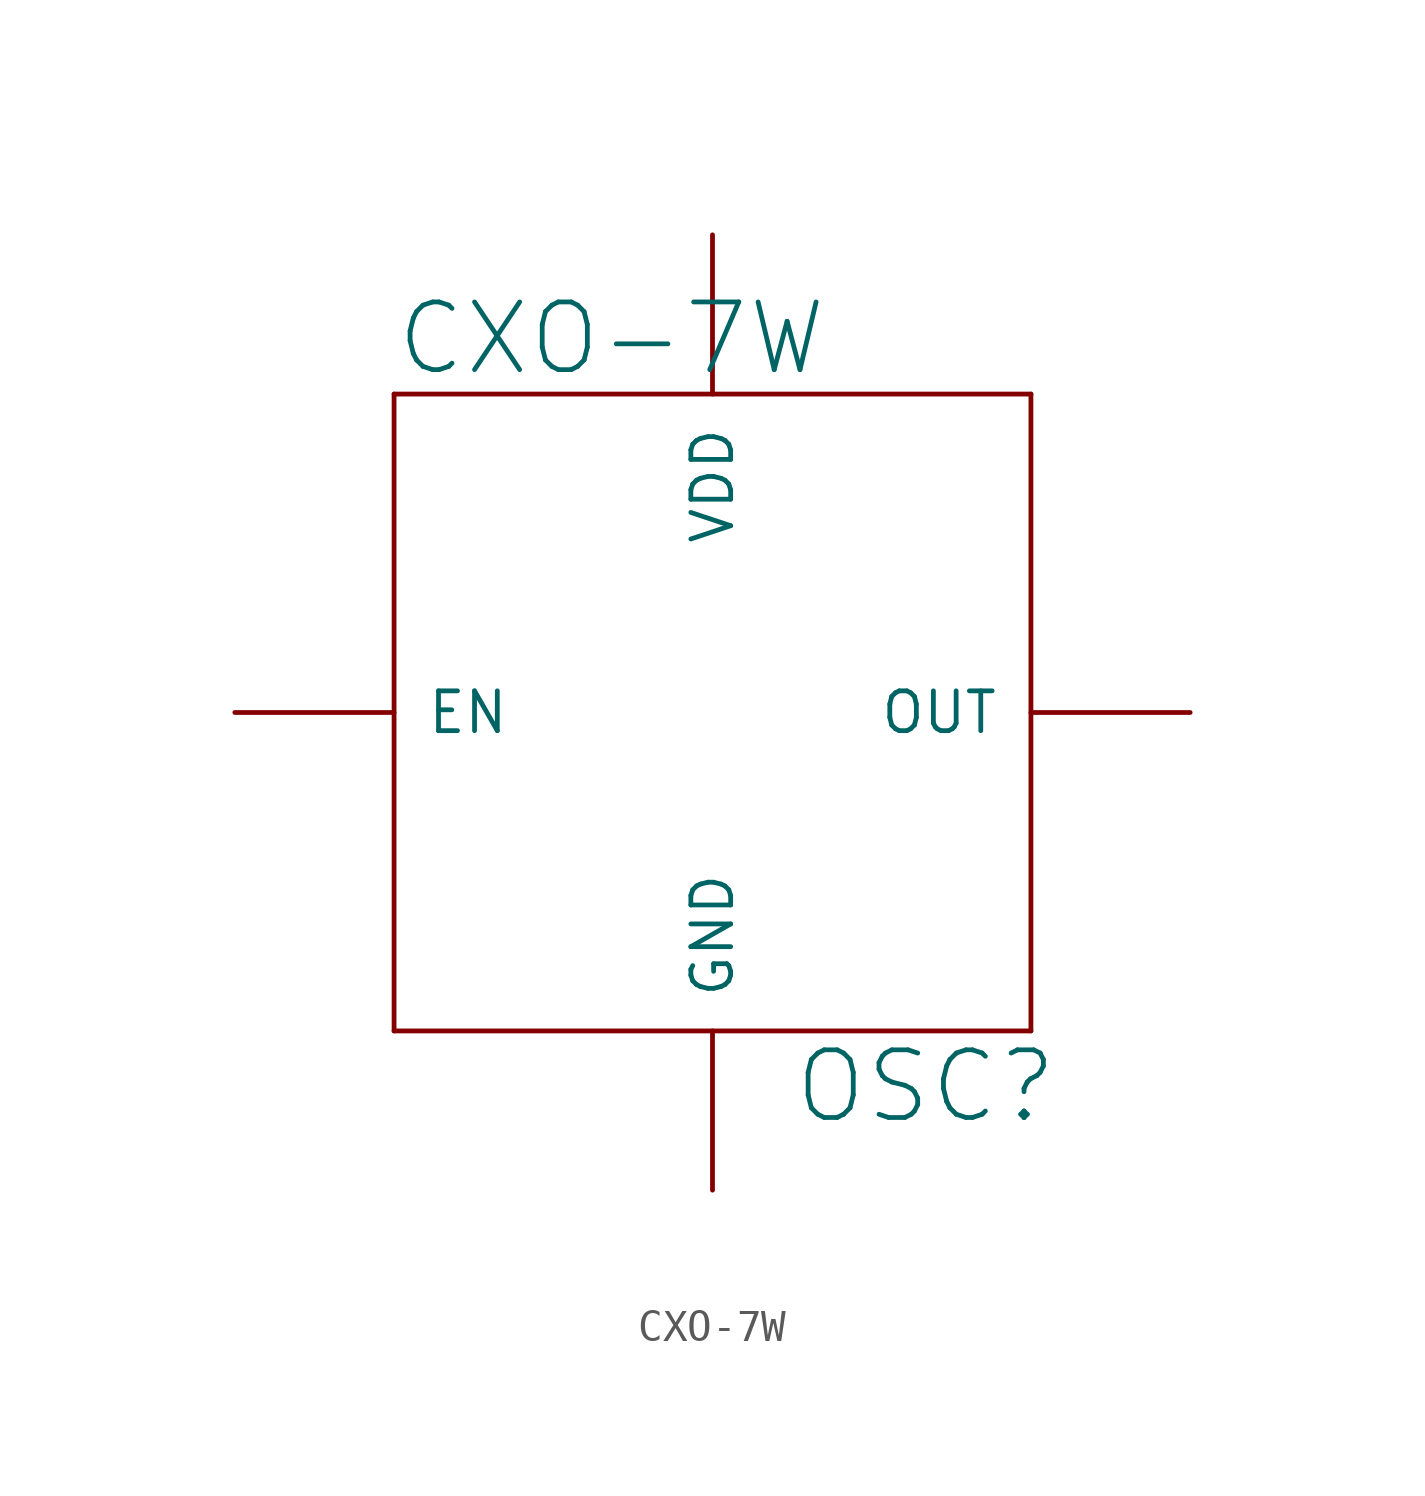
<source format=kicad_sym>
(kicad_symbol_lib
  (version 20211014)
  (generator kicad_symbol_editor)
  (symbol "CXO-7W"
    (pin_names
      (offset 1.016))
    (property "Reference" "OSC"
      (at 2.54 -10.668 0)
      (effects (font (size 2.159 2.159)) (justify left top)))
    (property "Value" "CXO-7W"
      (at -10.16 10.668 0)
      (effects (font (size 2.159 2.159)) (justify left bottom)))
    (property "ki_locked" ""
      (at 0 0 0)
      (effects (font (size 1.27 1.27))))
    (symbol "CXO-7W_1_0"
      (polyline (pts (xy -10.16 -10.16) (xy -10.16 10.16)) (stroke (width 0) (type default) (color 0 0 0 0)) (fill (type none)))
      (polyline (pts (xy -10.16 10.16) (xy 10.16 10.16)) (stroke (width 0) (type default) (color 0 0 0 0)) (fill (type none)))
      (polyline (pts (xy 10.16 -10.16) (xy -10.16 -10.16)) (stroke (width 0) (type default) (color 0 0 0 0)) (fill (type none)))
      (polyline (pts (xy 10.16 10.16) (xy 10.16 -10.16)) (stroke (width 0) (type default) (color 0 0 0 0)) (fill (type none)))
      (pin input line (at -15.24 0 0) (length 5.08) (name "EN" (effects (font (size 1.27 1.27)))) (number "1" (effects (font (size 0 0)))))
      (pin power_in line (at 0 -15.24 90) (length 5.08) (name "GND" (effects (font (size 1.27 1.27)))) (number "2" (effects (font (size 0 0)))))
      (pin output line (at 15.24 0 180) (length 5.08) (name "OUT" (effects (font (size 1.27 1.27)))) (number "3" (effects (font (size 0 0)))))
      (pin power_in line (at 0 15.24 270) (length 5.08) (name "VDD" (effects (font (size 1.27 1.27)))) (number "4" (effects (font (size 0 0))))))))
</source>
